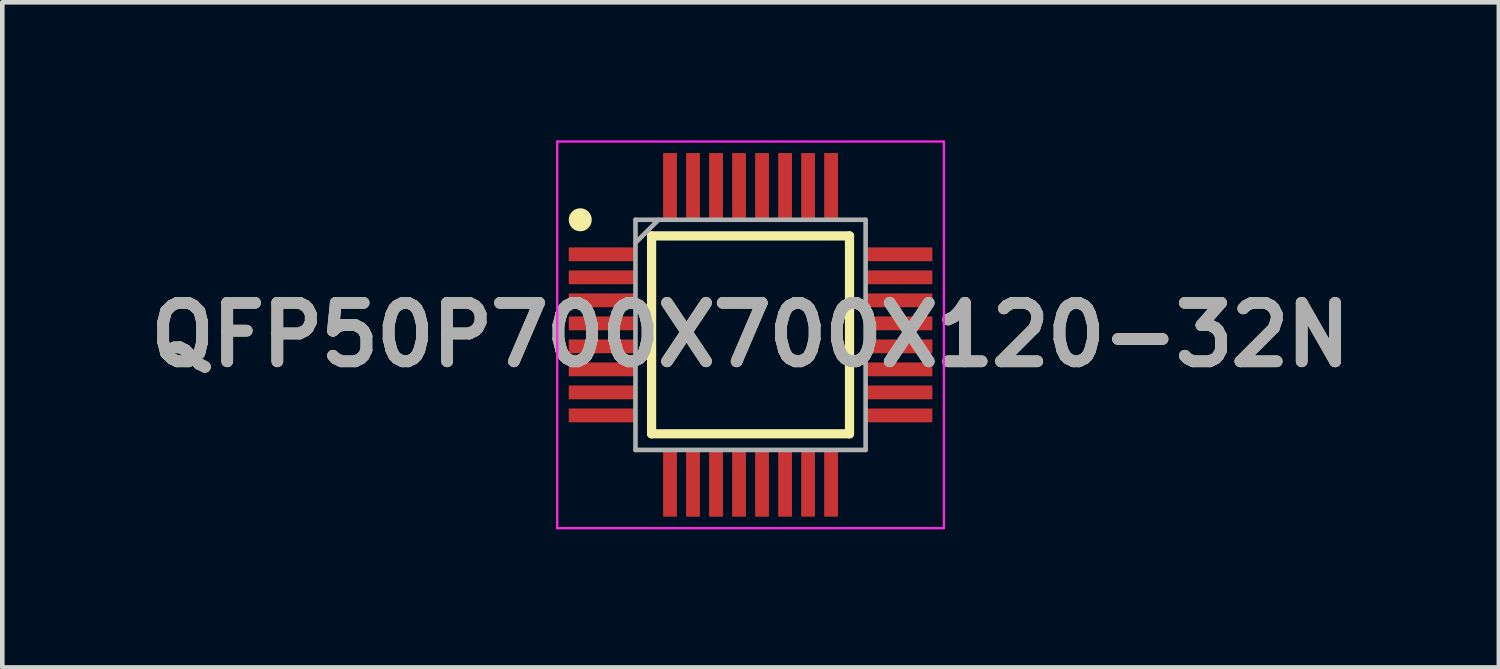
<source format=kicad_pcb>
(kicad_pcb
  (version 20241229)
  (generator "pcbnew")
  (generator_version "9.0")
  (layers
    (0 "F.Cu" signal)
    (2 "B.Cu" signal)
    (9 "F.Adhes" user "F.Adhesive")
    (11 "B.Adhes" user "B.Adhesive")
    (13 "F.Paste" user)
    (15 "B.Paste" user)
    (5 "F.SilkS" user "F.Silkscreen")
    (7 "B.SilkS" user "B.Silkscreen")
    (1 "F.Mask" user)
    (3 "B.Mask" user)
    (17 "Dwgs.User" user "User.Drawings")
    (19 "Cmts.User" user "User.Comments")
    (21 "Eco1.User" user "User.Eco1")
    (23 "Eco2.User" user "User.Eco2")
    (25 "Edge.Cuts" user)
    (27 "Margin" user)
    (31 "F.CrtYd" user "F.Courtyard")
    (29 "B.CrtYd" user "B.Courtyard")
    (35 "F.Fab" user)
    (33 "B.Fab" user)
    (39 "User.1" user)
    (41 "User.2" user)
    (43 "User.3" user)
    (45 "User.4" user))
  (footprint "QFP50P700X700X120-32N"
    (layer "F.Cu")
    (at 13.256 4.225)
    (property "Reference" "QFP50P700X700X120-32N" (at 0 0 0) (layer "F.SilkS") (effects (font (size 1.27 1.27) (thickness 0.254))))
    (attr smd)
    (fp_line (start -2.15 -2.15) (end 2.15 -2.15) (stroke (width 0.2) (type solid)) (layer "F.SilkS"))
    (fp_line (start -2.15 2.15) (end -2.15 -2.15) (stroke (width 0.2) (type solid)) (layer "F.SilkS"))
    (fp_line (start 2.15 -2.15) (end 2.15 2.15) (stroke (width 0.2) (type solid)) (layer "F.SilkS"))
    (fp_line (start 2.15 2.15) (end -2.15 2.15) (stroke (width 0.2) (type solid)) (layer "F.SilkS"))
    (fp_circle (center -3.7 -2.5) (end -3.7 -2.375) (stroke (width 0.25) (type solid)) (fill no) (layer "F.SilkS"))
    (fp_line (start -4.2 -4.2) (end 4.2 -4.2) (stroke (width 0.05) (type solid)) (layer "F.CrtYd"))
    (fp_line (start -4.2 4.2) (end -4.2 -4.2) (stroke (width 0.05) (type solid)) (layer "F.CrtYd"))
    (fp_line (start 4.2 -4.2) (end 4.2 4.2) (stroke (width 0.05) (type solid)) (layer "F.CrtYd"))
    (fp_line (start 4.2 4.2) (end -4.2 4.2) (stroke (width 0.05) (type solid)) (layer "F.CrtYd"))
    (fp_line (start -2.5 -2.5) (end 2.5 -2.5) (stroke (width 0.1) (type solid)) (layer "F.Fab"))
    (fp_line (start -2.5 -2) (end -2 -2.5) (stroke (width 0.1) (type solid)) (layer "F.Fab"))
    (fp_line (start -2.5 2.5) (end -2.5 -2.5) (stroke (width 0.1) (type solid)) (layer "F.Fab"))
    (fp_line (start 2.5 -2.5) (end 2.5 2.5) (stroke (width 0.1) (type solid)) (layer "F.Fab"))
    (fp_line (start 2.5 2.5) (end -2.5 2.5) (stroke (width 0.1) (type solid)) (layer "F.Fab"))
    (fp_text user "${REFERENCE}" (at 0 0 0) (layer "F.Fab") (effects (font (size 1.27 1.27) (thickness 0.254))))
    (pad "1" smd rect (at -3.225 -1.75 90) (size 0.3 1.45) (layers "F.Cu" "F.Mask" "F.Paste"))
    (pad "2" smd rect (at -3.225 -1.25 90) (size 0.3 1.45) (layers "F.Cu" "F.Mask" "F.Paste"))
    (pad "3" smd rect (at -3.225 -0.75 90) (size 0.3 1.45) (layers "F.Cu" "F.Mask" "F.Paste"))
    (pad "4" smd rect (at -3.225 -0.25 90) (size 0.3 1.45) (layers "F.Cu" "F.Mask" "F.Paste"))
    (pad "5" smd rect (at -3.225 0.25 90) (size 0.3 1.45) (layers "F.Cu" "F.Mask" "F.Paste"))
    (pad "6" smd rect (at -3.225 0.75 90) (size 0.3 1.45) (layers "F.Cu" "F.Mask" "F.Paste"))
    (pad "7" smd rect (at -3.225 1.25 90) (size 0.3 1.45) (layers "F.Cu" "F.Mask" "F.Paste"))
    (pad "8" smd rect (at -3.225 1.75 90) (size 0.3 1.45) (layers "F.Cu" "F.Mask" "F.Paste"))
    (pad "9" smd rect (at -1.75 3.225) (size 0.3 1.45) (layers "F.Cu" "F.Mask" "F.Paste"))
    (pad "10" smd rect (at -1.25 3.225) (size 0.3 1.45) (layers "F.Cu" "F.Mask" "F.Paste"))
    (pad "11" smd rect (at -0.75 3.225) (size 0.3 1.45) (layers "F.Cu" "F.Mask" "F.Paste"))
    (pad "12" smd rect (at -0.25 3.225) (size 0.3 1.45) (layers "F.Cu" "F.Mask" "F.Paste"))
    (pad "13" smd rect (at 0.25 3.225) (size 0.3 1.45) (layers "F.Cu" "F.Mask" "F.Paste"))
    (pad "14" smd rect (at 0.75 3.225) (size 0.3 1.45) (layers "F.Cu" "F.Mask" "F.Paste"))
    (pad "15" smd rect (at 1.25 3.225) (size 0.3 1.45) (layers "F.Cu" "F.Mask" "F.Paste"))
    (pad "16" smd rect (at 1.75 3.225) (size 0.3 1.45) (layers "F.Cu" "F.Mask" "F.Paste"))
    (pad "17" smd rect (at 3.225 1.75 90) (size 0.3 1.45) (layers "F.Cu" "F.Mask" "F.Paste"))
    (pad "18" smd rect (at 3.225 1.25 90) (size 0.3 1.45) (layers "F.Cu" "F.Mask" "F.Paste"))
    (pad "19" smd rect (at 3.225 0.75 90) (size 0.3 1.45) (layers "F.Cu" "F.Mask" "F.Paste"))
    (pad "20" smd rect (at 3.225 0.25 90) (size 0.3 1.45) (layers "F.Cu" "F.Mask" "F.Paste"))
    (pad "21" smd rect (at 3.225 -0.25 90) (size 0.3 1.45) (layers "F.Cu" "F.Mask" "F.Paste"))
    (pad "22" smd rect (at 3.225 -0.75 90) (size 0.3 1.45) (layers "F.Cu" "F.Mask" "F.Paste"))
    (pad "23" smd rect (at 3.225 -1.25 90) (size 0.3 1.45) (layers "F.Cu" "F.Mask" "F.Paste"))
    (pad "24" smd rect (at 3.225 -1.75 90) (size 0.3 1.45) (layers "F.Cu" "F.Mask" "F.Paste"))
    (pad "25" smd rect (at 1.75 -3.225) (size 0.3 1.45) (layers "F.Cu" "F.Mask" "F.Paste"))
    (pad "26" smd rect (at 1.25 -3.225) (size 0.3 1.45) (layers "F.Cu" "F.Mask" "F.Paste"))
    (pad "27" smd rect (at 0.75 -3.225) (size 0.3 1.45) (layers "F.Cu" "F.Mask" "F.Paste"))
    (pad "28" smd rect (at 0.25 -3.225) (size 0.3 1.45) (layers "F.Cu" "F.Mask" "F.Paste"))
    (pad "29" smd rect (at -0.25 -3.225) (size 0.3 1.45) (layers "F.Cu" "F.Mask" "F.Paste"))
    (pad "30" smd rect (at -0.75 -3.225) (size 0.3 1.45) (layers "F.Cu" "F.Mask" "F.Paste"))
    (pad "31" smd rect (at -1.25 -3.225) (size 0.3 1.45) (layers "F.Cu" "F.Mask" "F.Paste"))
    (pad "32" smd rect (at -1.75 -3.225) (size 0.3 1.45) (layers "F.Cu" "F.Mask" "F.Paste")))
  (gr_rect
    (start -3 -3)
    (end 29.513 11.45)
    (stroke (width 0.1) (type default))
    (fill no)
    (layer "Edge.Cuts")))
</source>
